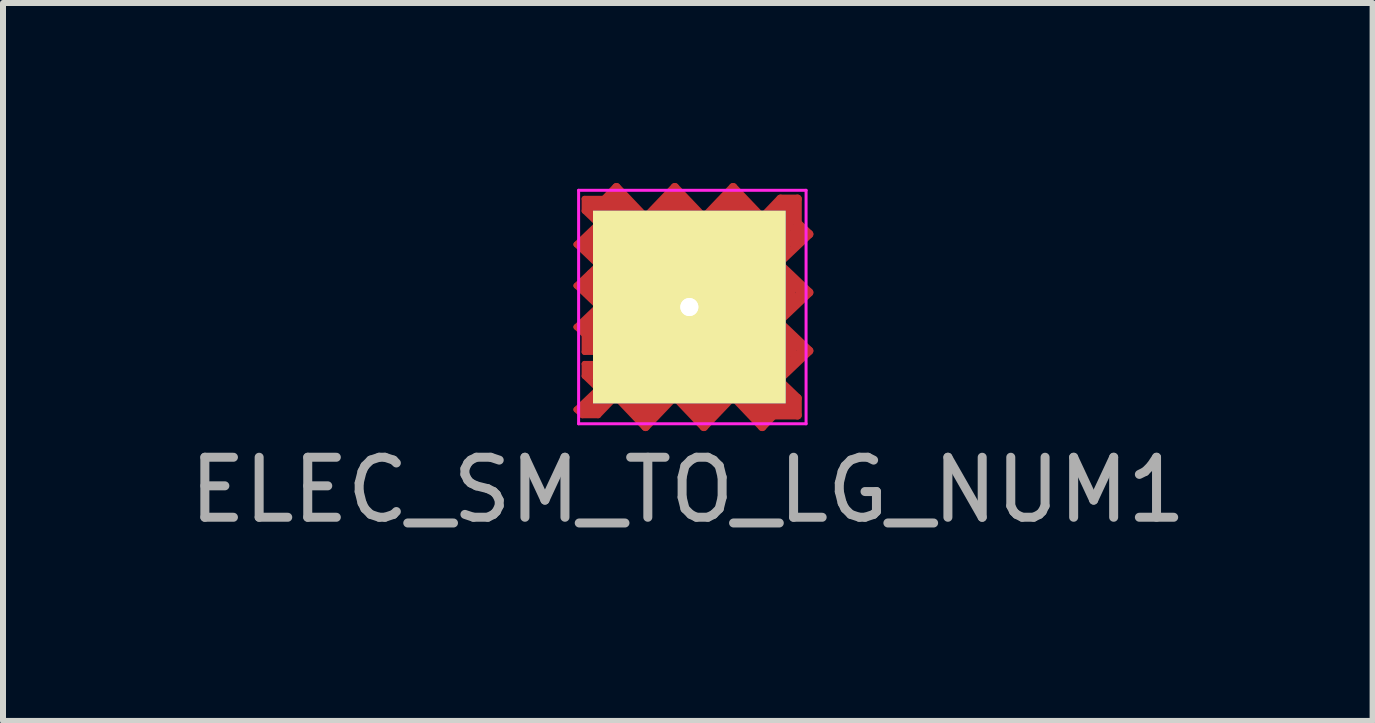
<source format=kicad_pcb>
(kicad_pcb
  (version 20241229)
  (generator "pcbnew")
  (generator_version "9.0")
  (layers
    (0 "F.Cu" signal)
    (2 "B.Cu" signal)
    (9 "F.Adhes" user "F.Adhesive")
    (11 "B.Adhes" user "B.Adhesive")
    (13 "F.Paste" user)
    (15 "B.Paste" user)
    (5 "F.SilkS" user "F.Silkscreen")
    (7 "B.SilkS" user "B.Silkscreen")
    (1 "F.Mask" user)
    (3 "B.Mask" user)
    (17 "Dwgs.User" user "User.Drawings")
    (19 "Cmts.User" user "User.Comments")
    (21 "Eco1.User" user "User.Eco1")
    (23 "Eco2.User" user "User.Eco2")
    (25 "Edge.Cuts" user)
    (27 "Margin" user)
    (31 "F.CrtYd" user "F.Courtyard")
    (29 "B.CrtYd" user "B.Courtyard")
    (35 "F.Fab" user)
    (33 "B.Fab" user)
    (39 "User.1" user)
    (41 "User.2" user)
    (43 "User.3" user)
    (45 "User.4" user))
  (footprint "ELEC_SM_TO_LG_NUM1"
    (layer "F.Cu")
    (at 8.436 2.066)
    (property "Reference" "ELEC_SM_TO_LG_NUM1" (at -0.025 3.048 0) (layer "F.Fab") (effects (font (size 1 1) (thickness 0.15))))
    (attr through_hole)
    (fp_line (start -1.881 -1.043) (end -1.521 -1.387) (stroke (width 0.1) (type solid)) (layer "F.Cu"))
    (fp_line (start -1.881 -0.356) (end -1.521 -0.7) (stroke (width 0.1) (type solid)) (layer "F.Cu"))
    (fp_line (start -1.881 0.332) (end -1.745 0.462) (stroke (width 0.1) (type solid)) (layer "F.Cu"))
    (fp_line (start -1.881 0.332) (end -1.521 -0.012) (stroke (width 0.1) (type solid)) (layer "F.Cu"))
    (fp_line (start -1.881 1.708) (end -1.521 1.364) (stroke (width 0.1) (type solid)) (layer "F.Cu"))
    (fp_line (start -1.782 1.803) (end -1.881 1.708) (stroke (width 0.1) (type solid)) (layer "F.Cu"))
    (fp_line (start -1.782 1.803) (end -1.519 1.803) (stroke (width 0.1) (type solid)) (layer "F.Cu"))
    (fp_line (start -1.778 -1.041) (end -1.676 -1.143) (stroke (width 0.12) (type solid)) (layer "F.Cu"))
    (fp_line (start -1.778 -0.356) (end -1.676 -0.457) (stroke (width 0.12) (type solid)) (layer "F.Cu"))
    (fp_line (start -1.778 0.305) (end -1.676 0.254) (stroke (width 0.12) (type solid)) (layer "F.Cu"))
    (fp_line (start -1.778 1.727) (end -1.702 1.626) (stroke (width 0.12) (type solid)) (layer "F.Cu"))
    (fp_line (start -1.745 -1.803) (end -1.399 -1.803) (stroke (width 0.1) (type solid)) (layer "F.Cu"))
    (fp_line (start -1.745 -1.602) (end -1.745 -1.803) (stroke (width 0.1) (type solid)) (layer "F.Cu"))
    (fp_line (start -1.745 -1.602) (end -1.521 -1.387) (stroke (width 0.1) (type solid)) (layer "F.Cu"))
    (fp_line (start -1.745 0.462) (end -1.745 0.748) (stroke (width 0.1) (type solid)) (layer "F.Cu"))
    (fp_line (start -1.745 0.748) (end -1.544 0.748) (stroke (width 0.1) (type solid)) (layer "F.Cu"))
    (fp_line (start -1.745 0.948) (end -1.544 0.948) (stroke (width 0.1) (type solid)) (layer "F.Cu"))
    (fp_line (start -1.745 1.149) (end -1.745 0.948) (stroke (width 0.1) (type solid)) (layer "F.Cu"))
    (fp_line (start -1.745 1.149) (end -1.521 1.364) (stroke (width 0.1) (type solid)) (layer "F.Cu"))
    (fp_line (start -1.651 -1.727) (end -1.651 -1.575) (stroke (width 0.12) (type solid)) (layer "F.Cu"))
    (fp_line (start -1.651 -1.575) (end -1.524 -1.651) (stroke (width 0.12) (type solid)) (layer "F.Cu"))
    (fp_line (start -1.651 -1.219) (end -1.651 -0.889) (stroke (width 0.12) (type solid)) (layer "F.Cu"))
    (fp_line (start -1.651 -0.889) (end -1.778 -1.041) (stroke (width 0.12) (type solid)) (layer "F.Cu"))
    (fp_line (start -1.651 -0.559) (end -1.651 -0.203) (stroke (width 0.12) (type solid)) (layer "F.Cu"))
    (fp_line (start -1.651 -0.203) (end -1.778 -0.356) (stroke (width 0.12) (type solid)) (layer "F.Cu"))
    (fp_line (start -1.651 0.178) (end -1.651 0.66) (stroke (width 0.12) (type solid)) (layer "F.Cu"))
    (fp_line (start -1.651 0.66) (end -1.778 0.305) (stroke (width 0.12) (type solid)) (layer "F.Cu"))
    (fp_line (start -1.651 0.991) (end -1.651 1.168) (stroke (width 0.12) (type solid)) (layer "F.Cu"))
    (fp_line (start -1.651 1.524) (end -1.651 1.651) (stroke (width 0.12) (type solid)) (layer "F.Cu"))
    (fp_line (start -1.651 1.651) (end -1.422 1.651) (stroke (width 0.12) (type solid)) (layer "F.Cu"))
    (fp_line (start -1.549 1.727) (end -1.778 1.727) (stroke (width 0.12) (type solid)) (layer "F.Cu"))
    (fp_line (start -1.521 -0.7) (end -1.881 -1.043) (stroke (width 0.1) (type solid)) (layer "F.Cu"))
    (fp_line (start -1.521 -0.012) (end -1.881 -0.356) (stroke (width 0.1) (type solid)) (layer "F.Cu"))
    (fp_line (start -1.473 -1.727) (end -1.651 -1.727) (stroke (width 0.12) (type solid)) (layer "F.Cu"))
    (fp_line (start -1.448 -1.643) (end -1.209 -1.869) (stroke (width 0.12) (type solid)) (layer "F.Cu"))
    (fp_line (start -1.422 1.651) (end -1.549 1.727) (stroke (width 0.12) (type solid)) (layer "F.Cu"))
    (fp_line (start -1.215 -1.996) (end -1.399 -1.803) (stroke (width 0.141) (type solid)) (layer "F.Cu"))
    (fp_line (start -1.215 1.486) (end -1.519 1.803) (stroke (width 0.1) (type solid)) (layer "F.Cu"))
    (fp_line (start -1.209 -1.869) (end -1.034 -1.709) (stroke (width 0.12) (type solid)) (layer "F.Cu"))
    (fp_line (start -1.034 -1.709) (end -1.257 -1.74) (stroke (width 0.12) (type solid)) (layer "F.Cu"))
    (fp_line (start -1.001 1.638) (end -0.495 1.638) (stroke (width 0.12) (type solid)) (layer "F.Cu"))
    (fp_line (start -0.98 -1.638) (end -1.448 -1.643) (stroke (width 0.12) (type solid)) (layer "F.Cu"))
    (fp_line (start -0.876 1.712) (end -0.688 1.722) (stroke (width 0.12) (type solid)) (layer "F.Cu"))
    (fp_line (start -0.729 1.996) (end -1.215 1.486) (stroke (width 0.141) (type solid)) (layer "F.Cu"))
    (fp_line (start -0.729 1.841) (end -0.876 1.712) (stroke (width 0.12) (type solid)) (layer "F.Cu"))
    (fp_line (start -0.729 -1.486) (end -1.214 -1.996) (stroke (width 0.141) (type solid)) (layer "F.Cu"))
    (fp_line (start -0.513 -1.646) (end 0.003 -1.646) (stroke (width 0.12) (type solid)) (layer "F.Cu"))
    (fp_line (start -0.495 1.638) (end -0.729 1.841) (stroke (width 0.12) (type solid)) (layer "F.Cu"))
    (fp_line (start -0.406 -1.74) (end -0.17 -1.75) (stroke (width 0.12) (type solid)) (layer "F.Cu"))
    (fp_line (start -0.249 -1.88) (end -0.406 -1.74) (stroke (width 0.12) (type solid)) (layer "F.Cu"))
    (fp_line (start -0.243 1.486) (end -0.729 1.996) (stroke (width 0.141) (type solid)) (layer "F.Cu"))
    (fp_line (start -0.242 -1.996) (end -0.729 -1.486) (stroke (width 0.141) (type solid)) (layer "F.Cu"))
    (fp_line (start -0.025 1.646) (end 0.48 1.648) (stroke (width 0.12) (type solid)) (layer "F.Cu"))
    (fp_line (start 0.003 -1.646) (end -0.249 -1.88) (stroke (width 0.12) (type solid)) (layer "F.Cu"))
    (fp_line (start 0.104 1.73) (end 0.287 1.714) (stroke (width 0.12) (type solid)) (layer "F.Cu"))
    (fp_line (start 0.241 1.836) (end 0.104 1.73) (stroke (width 0.12) (type solid)) (layer "F.Cu"))
    (fp_line (start 0.242 1.996) (end -0.243 1.486) (stroke (width 0.141) (type solid)) (layer "F.Cu"))
    (fp_line (start 0.243 -1.486) (end -0.242 -1.996) (stroke (width 0.141) (type solid)) (layer "F.Cu"))
    (fp_line (start 0.462 -1.643) (end 0.993 -1.643) (stroke (width 0.12) (type solid)) (layer "F.Cu"))
    (fp_line (start 0.48 1.648) (end 0.241 1.836) (stroke (width 0.12) (type solid)) (layer "F.Cu"))
    (fp_line (start 0.572 -1.732) (end 0.81 -1.745) (stroke (width 0.12) (type solid)) (layer "F.Cu"))
    (fp_line (start 0.729 1.486) (end 0.242 1.996) (stroke (width 0.141) (type solid)) (layer "F.Cu"))
    (fp_line (start 0.729 -1.862) (end 0.572 -1.732) (stroke (width 0.12) (type solid)) (layer "F.Cu"))
    (fp_line (start 0.729 -1.996) (end 0.243 -1.486) (stroke (width 0.141) (type solid)) (layer "F.Cu"))
    (fp_line (start 0.968 1.643) (end 1.384 1.646) (stroke (width 0.12) (type solid)) (layer "F.Cu"))
    (fp_line (start 0.993 -1.643) (end 0.729 -1.862) (stroke (width 0.12) (type solid)) (layer "F.Cu"))
    (fp_line (start 1.069 1.714) (end 1.227 1.709) (stroke (width 0.12) (type solid)) (layer "F.Cu"))
    (fp_line (start 1.214 1.996) (end 0.729 1.486) (stroke (width 0.141) (type solid)) (layer "F.Cu"))
    (fp_line (start 1.215 -1.486) (end 0.729 -1.996) (stroke (width 0.141) (type solid)) (layer "F.Cu"))
    (fp_line (start 1.219 1.834) (end 1.069 1.714) (stroke (width 0.12) (type solid)) (layer "F.Cu"))
    (fp_line (start 1.384 1.646) (end 1.219 1.834) (stroke (width 0.12) (type solid)) (layer "F.Cu"))
    (fp_line (start 1.398 1.803) (end 1.214 1.996) (stroke (width 0.141) (type solid)) (layer "F.Cu"))
    (fp_line (start 1.399 1.803) (end 1.803 1.803) (stroke (width 0.141) (type solid)) (layer "F.Cu"))
    (fp_line (start 1.4 1.692) (end 1.704 1.692) (stroke (width 0.12) (type solid)) (layer "F.Cu"))
    (fp_line (start 1.473 -1.615) (end 1.56 -1.697) (stroke (width 0.12) (type solid)) (layer "F.Cu"))
    (fp_line (start 1.486 -0.729) (end 1.996 -0.243) (stroke (width 0.141) (type solid)) (layer "F.Cu"))
    (fp_line (start 1.486 0.243) (end 1.996 0.729) (stroke (width 0.141) (type solid)) (layer "F.Cu"))
    (fp_line (start 1.486 1.215) (end 1.803 1.519) (stroke (width 0.141) (type solid)) (layer "F.Cu"))
    (fp_line (start 1.519 -1.803) (end 1.215 -1.486) (stroke (width 0.141) (type solid)) (layer "F.Cu"))
    (fp_line (start 1.56 -1.697) (end 1.702 -1.694) (stroke (width 0.12) (type solid)) (layer "F.Cu"))
    (fp_line (start 1.628 -1.377) (end 1.877 -1.224) (stroke (width 0.12) (type solid)) (layer "F.Cu"))
    (fp_line (start 1.628 -0.993) (end 1.628 -1.377) (stroke (width 0.12) (type solid)) (layer "F.Cu"))
    (fp_line (start 1.628 0.953) (end 1.872 0.724) (stroke (width 0.12) (type solid)) (layer "F.Cu"))
    (fp_line (start 1.628 1.463) (end 1.628 1.605) (stroke (width 0.12) (type solid)) (layer "F.Cu"))
    (fp_line (start 1.628 1.605) (end 1.443 1.6) (stroke (width 0.12) (type solid)) (layer "F.Cu"))
    (fp_line (start 1.633 0.488) (end 1.628 0.953) (stroke (width 0.12) (type solid)) (layer "F.Cu"))
    (fp_line (start 1.636 -1.613) (end 1.473 -1.615) (stroke (width 0.12) (type solid)) (layer "F.Cu"))
    (fp_line (start 1.636 -1.44) (end 1.636 -1.613) (stroke (width 0.12) (type solid)) (layer "F.Cu"))
    (fp_line (start 1.643 -0.475) (end 1.643 -0.005) (stroke (width 0.12) (type solid)) (layer "F.Cu"))
    (fp_line (start 1.643 -0.005) (end 1.857 -0.246) (stroke (width 0.12) (type solid)) (layer "F.Cu"))
    (fp_line (start 1.697 -1.074) (end 1.72 -1.229) (stroke (width 0.12) (type solid)) (layer "F.Cu"))
    (fp_line (start 1.702 -1.694) (end 1.707 -1.427) (stroke (width 0.12) (type solid)) (layer "F.Cu"))
    (fp_line (start 1.704 1.547) (end 1.628 1.463) (stroke (width 0.12) (type solid)) (layer "F.Cu"))
    (fp_line (start 1.704 1.692) (end 1.704 1.547) (stroke (width 0.12) (type solid)) (layer "F.Cu"))
    (fp_line (start 1.712 -0.384) (end 1.714 -0.175) (stroke (width 0.12) (type solid)) (layer "F.Cu"))
    (fp_line (start 1.717 0.579) (end 1.732 0.79) (stroke (width 0.12) (type solid)) (layer "F.Cu"))
    (fp_line (start 1.803 -1.803) (end 1.519 -1.803) (stroke (width 0.141) (type solid)) (layer "F.Cu"))
    (fp_line (start 1.803 -1.803) (end 1.803 -1.399) (stroke (width 0.141) (type solid)) (layer "F.Cu"))
    (fp_line (start 1.803 -1.399) (end 1.996 -1.215) (stroke (width 0.141) (type solid)) (layer "F.Cu"))
    (fp_line (start 1.803 1.803) (end 1.803 1.519) (stroke (width 0.141) (type solid)) (layer "F.Cu"))
    (fp_line (start 1.857 -0.246) (end 1.712 -0.384) (stroke (width 0.12) (type solid)) (layer "F.Cu"))
    (fp_line (start 1.872 0.724) (end 1.717 0.579) (stroke (width 0.12) (type solid)) (layer "F.Cu"))
    (fp_line (start 1.877 -1.224) (end 1.697 -1.074) (stroke (width 0.12) (type solid)) (layer "F.Cu"))
    (fp_line (start 1.996 -1.215) (end 1.486 -0.729) (stroke (width 0.141) (type solid)) (layer "F.Cu"))
    (fp_line (start 1.996 -0.243) (end 1.486 0.243) (stroke (width 0.141) (type solid)) (layer "F.Cu"))
    (fp_line (start 1.996 0.729) (end 1.486 1.215) (stroke (width 0.141) (type solid)) (layer "F.Cu"))
    (fp_line (start -1.845 -1.945) (end -1.845 1.945) (stroke (width 0.05) (type solid)) (layer "F.CrtYd"))
    (fp_line (start -1.845 -1.945) (end 1.945 -1.945) (stroke (width 0.05) (type solid)) (layer "F.CrtYd"))
    (fp_line (start -1.845 1.945) (end 1.945 1.945) (stroke (width 0.05) (type solid)) (layer "F.CrtYd"))
    (fp_line (start 1.945 -1.945) (end 1.945 1.945) (stroke (width 0.05) (type solid)) (layer "F.CrtYd"))
    (pad "1" thru_hole circle (at 0 0) (size 0.605 0.605) (drill 0.3) (layers "*.Cu" "*.Mask" "F.SilkS"))
    (pad "1" thru_hole rect (at 0 0) (size 3.21 3.21) (drill 0.3) (layers "F.Cu" "F.Mask" "F.SilkS")))
  (gr_rect
    (start -3 -3)
    (end 19.821 8.962)
    (stroke (width 0.1) (type default))
    (fill no)
    (layer "Edge.Cuts")))
</source>
